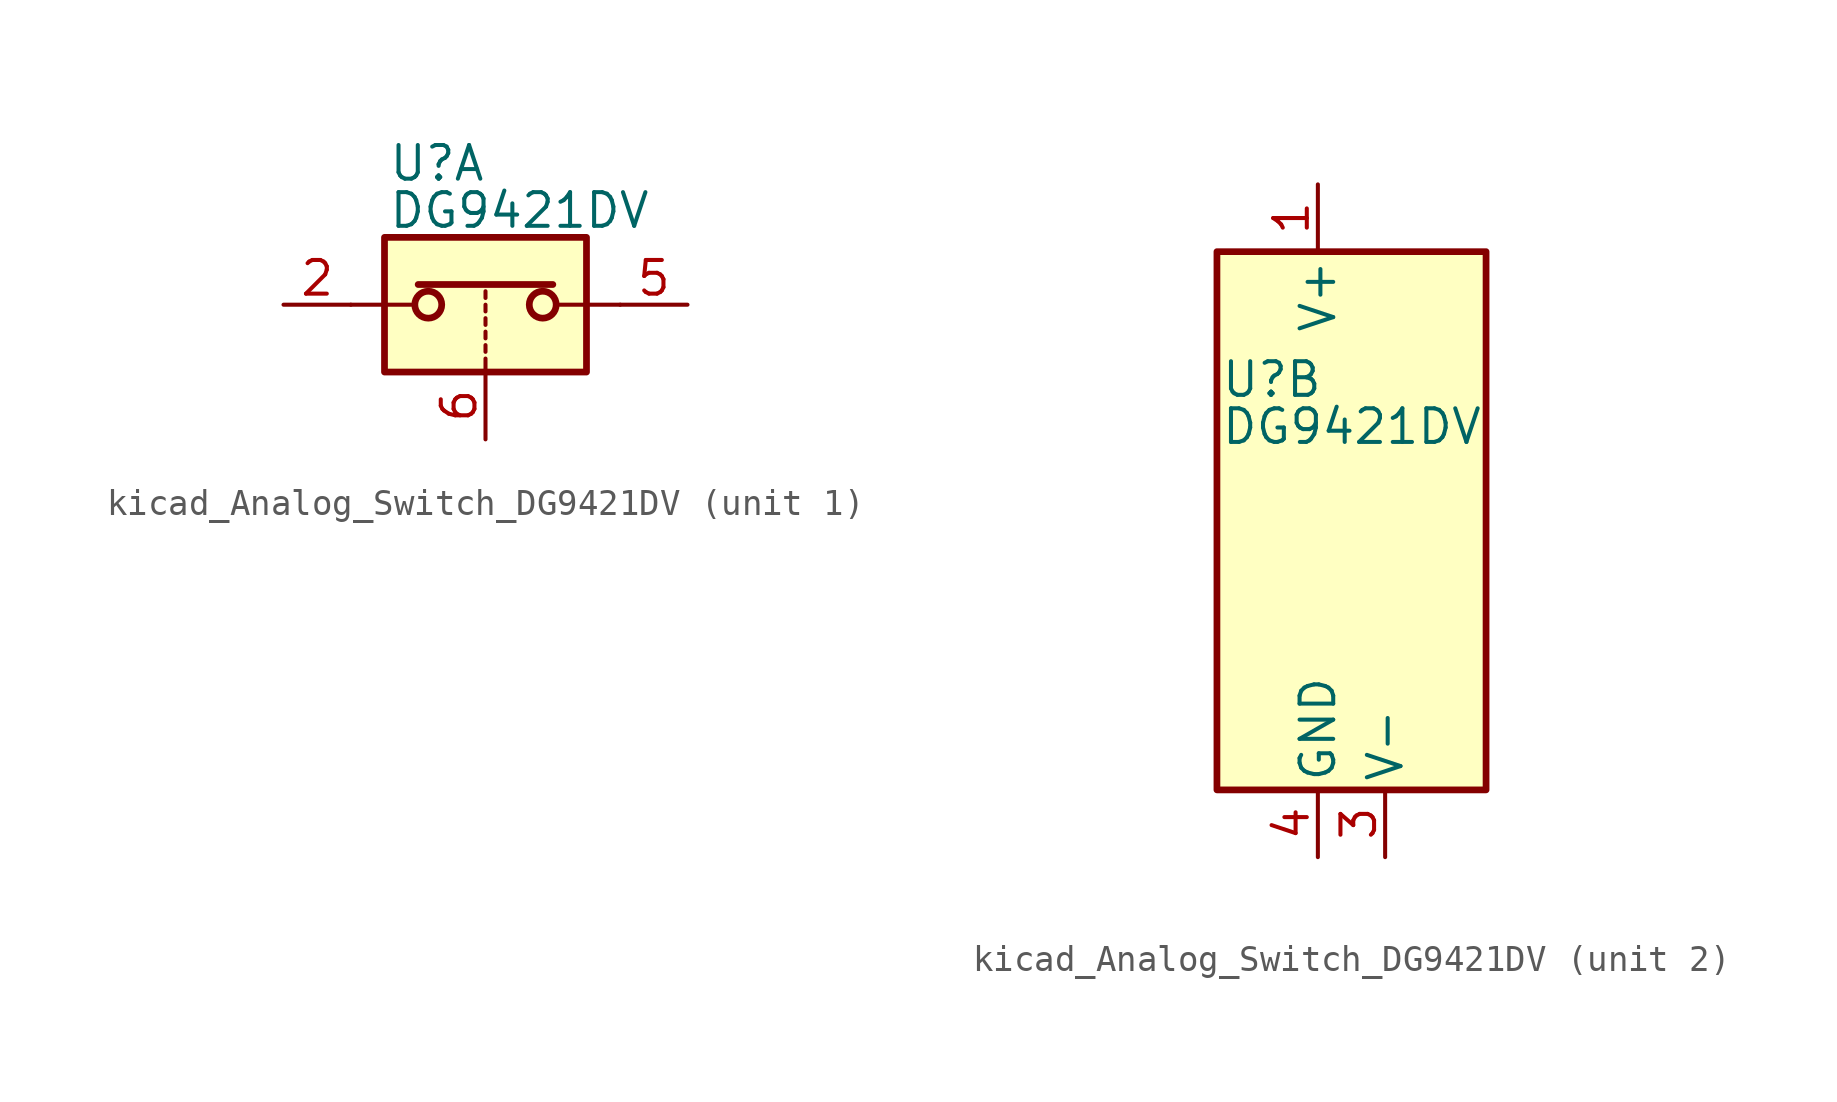
<source format=kicad_sym>
(kicad_symbol_lib
  (version 20220914)
  (generator kicad_symbol_editor)
  (symbol "kicad_Analog_Switch_DG9421DV"
    (pin_names
      (offset 0.254))
    (property "Reference" "U"
      (at -3.683 5.334 0)
      (effects (font (size 1.27 1.27)) (justify left)))
    (property "Value" "DG9421DV"
      (at -3.683 3.556 0)
      (effects (font (size 1.27 1.27)) (justify left)))
    (symbol "kicad_Analog_Switch_DG9421DV_1_1"
      (rectangle (start -3.81 2.54) (end 3.81 -2.54) (stroke (width 0.254) (type default)) (fill (type background)))
      (circle (center -2.159 0) (radius 0.508) (stroke (width 0.254) (type default)) (fill (type none)))
      (polyline (pts (xy -5.08 0) (xy -2.794 0)) (stroke (width 0) (type default)) (fill (type none)))
      (polyline (pts (xy -2.54 0.762) (xy 2.54 0.762)) (stroke (width 0.254) (type default)) (fill (type none)))
      (polyline (pts (xy 0 -2.54) (xy 0 -2.032)) (stroke (width 0) (type default)) (fill (type none)))
      (polyline (pts (xy 0 -1.778) (xy 0 -1.524)) (stroke (width 0) (type default)) (fill (type none)))
      (polyline (pts (xy 0 -1.27) (xy 0 -1.016)) (stroke (width 0) (type default)) (fill (type none)))
      (polyline (pts (xy 0 -0.762) (xy 0 -0.508)) (stroke (width 0) (type default)) (fill (type none)))
      (polyline (pts (xy 0 -0.254) (xy 0 0)) (stroke (width 0) (type default)) (fill (type none)))
      (polyline (pts (xy 0 0.254) (xy 0 0.508)) (stroke (width 0) (type default)) (fill (type none)))
      (polyline (pts (xy 5.08 0) (xy 2.794 0)) (stroke (width 0) (type default)) (fill (type none)))
      (circle (center 2.159 0) (radius 0.508) (stroke (width 0.254) (type default)) (fill (type none)))
      (pin passive line (at -7.62 0 0) (length 2.54) (name "~" (effects (font (size 1.27 1.27)))) (number "2" (effects (font (size 1.27 1.27)))))
      (pin passive line (at 7.62 0 180) (length 2.54) (name "~" (effects (font (size 1.27 1.27)))) (number "5" (effects (font (size 1.27 1.27)))))
      (pin input line (at 0 -5.08 90) (length 2.54) (name "~" (effects (font (size 1.27 1.27)))) (number "6" (effects (font (size 1.27 1.27))))))
    (symbol "kicad_Analog_Switch_DG9421DV_2_0"
      (pin power_in line (at 0 12.7 270) (length 2.54) (name "V+" (effects (font (size 1.27 1.27)))) (number "1" (effects (font (size 1.27 1.27)))))
      (pin power_in line (at 2.54 -12.7 90) (length 2.54) (name "V-" (effects (font (size 1.27 1.27)))) (number "3" (effects (font (size 1.27 1.27)))))
      (pin power_in line (at 0 -12.7 90) (length 2.54) (name "GND" (effects (font (size 1.27 1.27)))) (number "4" (effects (font (size 1.27 1.27))))))
    (symbol "kicad_Analog_Switch_DG9421DV_2_1"
      (rectangle (start -3.81 10.16) (end 6.35 -10.16) (stroke (width 0.254) (type default)) (fill (type background))))))
</source>
